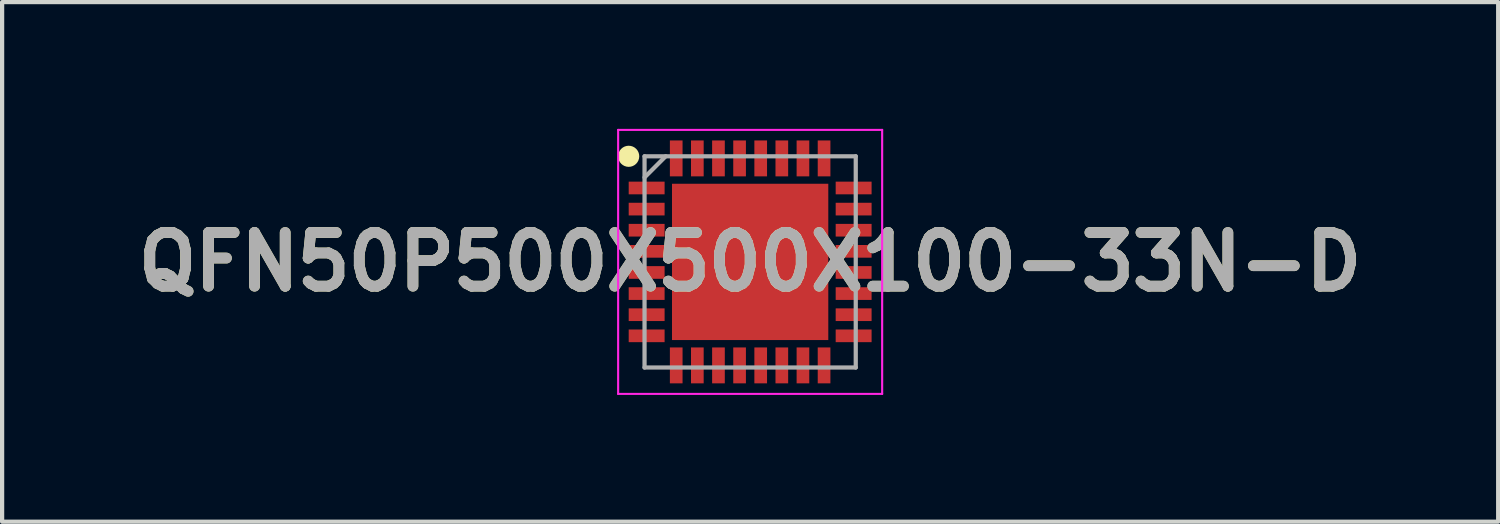
<source format=kicad_pcb>
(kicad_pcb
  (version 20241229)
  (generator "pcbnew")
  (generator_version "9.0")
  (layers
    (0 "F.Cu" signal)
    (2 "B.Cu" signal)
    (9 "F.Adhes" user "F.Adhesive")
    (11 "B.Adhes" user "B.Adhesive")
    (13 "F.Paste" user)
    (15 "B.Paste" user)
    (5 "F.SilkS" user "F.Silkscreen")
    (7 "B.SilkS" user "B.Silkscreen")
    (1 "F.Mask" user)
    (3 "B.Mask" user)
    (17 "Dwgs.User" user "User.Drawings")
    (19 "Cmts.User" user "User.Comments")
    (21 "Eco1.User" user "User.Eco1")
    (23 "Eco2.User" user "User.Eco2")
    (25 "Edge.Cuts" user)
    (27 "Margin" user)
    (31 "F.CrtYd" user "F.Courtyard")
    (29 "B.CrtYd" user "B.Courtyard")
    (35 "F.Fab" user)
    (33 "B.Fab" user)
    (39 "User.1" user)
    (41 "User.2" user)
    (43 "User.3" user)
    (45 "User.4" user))
  (footprint "QFN50P500X500X100-33N-D"
    (layer "F.Cu")
    (at 14.708 3.15)
    (property "Reference" "QFN50P500X500X100-33N-D" (at 0 0 0) (layer "F.SilkS") (effects (font (size 1.27 1.27) (thickness 0.254))))
    (attr smd)
    (fp_circle (center -2.875 -2.5) (end -2.875 -2.375) (stroke (width 0.25) (type solid)) (fill no) (layer "F.SilkS"))
    (fp_line (start -3.125 -3.125) (end 3.125 -3.125) (stroke (width 0.05) (type solid)) (layer "F.CrtYd"))
    (fp_line (start -3.125 3.125) (end -3.125 -3.125) (stroke (width 0.05) (type solid)) (layer "F.CrtYd"))
    (fp_line (start 3.125 -3.125) (end 3.125 3.125) (stroke (width 0.05) (type solid)) (layer "F.CrtYd"))
    (fp_line (start 3.125 3.125) (end -3.125 3.125) (stroke (width 0.05) (type solid)) (layer "F.CrtYd"))
    (fp_line (start -2.5 -2.5) (end 2.5 -2.5) (stroke (width 0.1) (type solid)) (layer "F.Fab"))
    (fp_line (start -2.5 -2) (end -2 -2.5) (stroke (width 0.1) (type solid)) (layer "F.Fab"))
    (fp_line (start -2.5 2.5) (end -2.5 -2.5) (stroke (width 0.1) (type solid)) (layer "F.Fab"))
    (fp_line (start 2.5 -2.5) (end 2.5 2.5) (stroke (width 0.1) (type solid)) (layer "F.Fab"))
    (fp_line (start 2.5 2.5) (end -2.5 2.5) (stroke (width 0.1) (type solid)) (layer "F.Fab"))
    (fp_text user "${REFERENCE}" (at 0 0 0) (layer "F.Fab") (effects (font (size 1.27 1.27) (thickness 0.254))))
    (pad "1" smd rect (at -2.45 -1.75 90) (size 0.3 0.85) (layers "F.Cu" "F.Mask" "F.Paste"))
    (pad "2" smd rect (at -2.45 -1.25 90) (size 0.3 0.85) (layers "F.Cu" "F.Mask" "F.Paste"))
    (pad "3" smd rect (at -2.45 -0.75 90) (size 0.3 0.85) (layers "F.Cu" "F.Mask" "F.Paste"))
    (pad "4" smd rect (at -2.45 -0.25 90) (size 0.3 0.85) (layers "F.Cu" "F.Mask" "F.Paste"))
    (pad "5" smd rect (at -2.45 0.25 90) (size 0.3 0.85) (layers "F.Cu" "F.Mask" "F.Paste"))
    (pad "6" smd rect (at -2.45 0.75 90) (size 0.3 0.85) (layers "F.Cu" "F.Mask" "F.Paste"))
    (pad "7" smd rect (at -2.45 1.25 90) (size 0.3 0.85) (layers "F.Cu" "F.Mask" "F.Paste"))
    (pad "8" smd rect (at -2.45 1.75 90) (size 0.3 0.85) (layers "F.Cu" "F.Mask" "F.Paste"))
    (pad "9" smd rect (at -1.75 2.45) (size 0.3 0.85) (layers "F.Cu" "F.Mask" "F.Paste"))
    (pad "10" smd rect (at -1.25 2.45) (size 0.3 0.85) (layers "F.Cu" "F.Mask" "F.Paste"))
    (pad "11" smd rect (at -0.75 2.45) (size 0.3 0.85) (layers "F.Cu" "F.Mask" "F.Paste"))
    (pad "12" smd rect (at -0.25 2.45) (size 0.3 0.85) (layers "F.Cu" "F.Mask" "F.Paste"))
    (pad "13" smd rect (at 0.25 2.45) (size 0.3 0.85) (layers "F.Cu" "F.Mask" "F.Paste"))
    (pad "14" smd rect (at 0.75 2.45) (size 0.3 0.85) (layers "F.Cu" "F.Mask" "F.Paste"))
    (pad "15" smd rect (at 1.25 2.45) (size 0.3 0.85) (layers "F.Cu" "F.Mask" "F.Paste"))
    (pad "16" smd rect (at 1.75 2.45) (size 0.3 0.85) (layers "F.Cu" "F.Mask" "F.Paste"))
    (pad "17" smd rect (at 2.45 1.75 90) (size 0.3 0.85) (layers "F.Cu" "F.Mask" "F.Paste"))
    (pad "18" smd rect (at 2.45 1.25 90) (size 0.3 0.85) (layers "F.Cu" "F.Mask" "F.Paste"))
    (pad "19" smd rect (at 2.45 0.75 90) (size 0.3 0.85) (layers "F.Cu" "F.Mask" "F.Paste"))
    (pad "20" smd rect (at 2.45 0.25 90) (size 0.3 0.85) (layers "F.Cu" "F.Mask" "F.Paste"))
    (pad "21" smd rect (at 2.45 -0.25 90) (size 0.3 0.85) (layers "F.Cu" "F.Mask" "F.Paste"))
    (pad "22" smd rect (at 2.45 -0.75 90) (size 0.3 0.85) (layers "F.Cu" "F.Mask" "F.Paste"))
    (pad "23" smd rect (at 2.45 -1.25 90) (size 0.3 0.85) (layers "F.Cu" "F.Mask" "F.Paste"))
    (pad "24" smd rect (at 2.45 -1.75 90) (size 0.3 0.85) (layers "F.Cu" "F.Mask" "F.Paste"))
    (pad "25" smd rect (at 1.75 -2.45) (size 0.3 0.85) (layers "F.Cu" "F.Mask" "F.Paste"))
    (pad "26" smd rect (at 1.25 -2.45) (size 0.3 0.85) (layers "F.Cu" "F.Mask" "F.Paste"))
    (pad "27" smd rect (at 0.75 -2.45) (size 0.3 0.85) (layers "F.Cu" "F.Mask" "F.Paste"))
    (pad "28" smd rect (at 0.25 -2.45) (size 0.3 0.85) (layers "F.Cu" "F.Mask" "F.Paste"))
    (pad "29" smd rect (at -0.25 -2.45) (size 0.3 0.85) (layers "F.Cu" "F.Mask" "F.Paste"))
    (pad "30" smd rect (at -0.75 -2.45) (size 0.3 0.85) (layers "F.Cu" "F.Mask" "F.Paste"))
    (pad "31" smd rect (at -1.25 -2.45) (size 0.3 0.85) (layers "F.Cu" "F.Mask" "F.Paste"))
    (pad "32" smd rect (at -1.75 -2.45) (size 0.3 0.85) (layers "F.Cu" "F.Mask" "F.Paste"))
    (pad "33" smd rect (at 0 0) (size 3.7 3.7) (layers "F.Cu" "F.Mask" "F.Paste")))
  (gr_rect
    (start -3 -3)
    (end 32.416 9.3)
    (stroke (width 0.1) (type default))
    (fill no)
    (layer "Edge.Cuts")))
</source>
